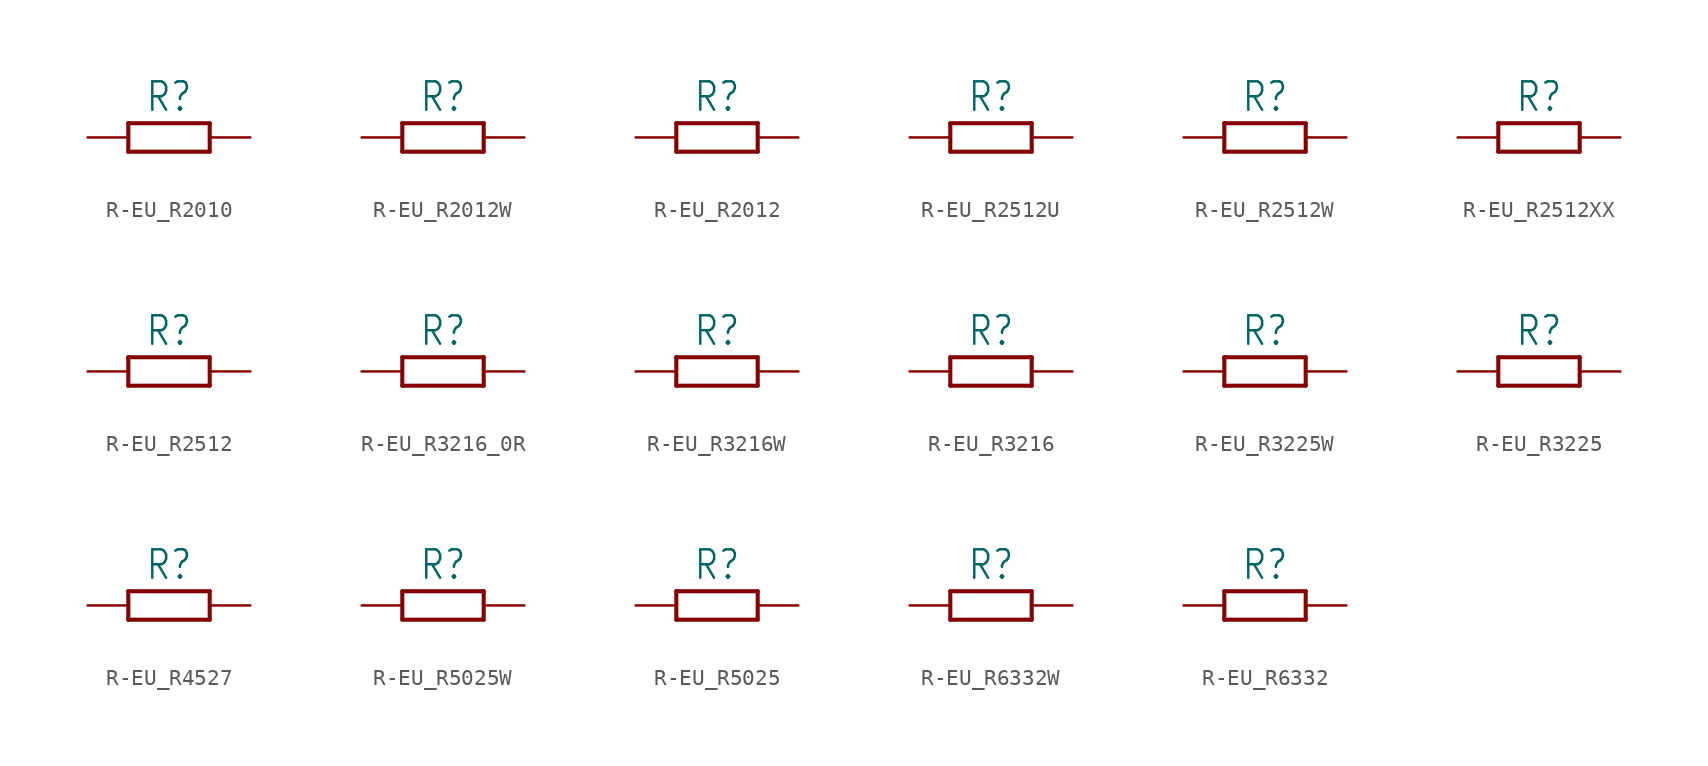
<source format=kicad_sym>
(kicad_symbol_lib
  (version 20231120)
  (generator "kicad_symbol_editor")
  (generator_version "8.0")
  (symbol "R-EU_R2010"
    (property "Reference" "R"
      (at 0 2.54 0)
      (effects (font (size 1.778 1.511))))
    (property "Value" ""
      (at 0 -2.54 0)
      (effects (font (size 1.778 1.511))))
    (property "ki_locked" ""
      (at 0 0 0)
      (effects (font (size 1.27 1.27))))
    (symbol "R-EU_R2010_1_0"
      (polyline (pts (xy -2.54 -0.889) (xy -2.54 0.889)) (stroke (width 0.254) (type solid)) (fill (type none)))
      (polyline (pts (xy -2.54 -0.889) (xy 2.54 -0.889)) (stroke (width 0.254) (type solid)) (fill (type none)))
      (polyline (pts (xy 2.54 -0.889) (xy 2.54 0.889)) (stroke (width 0.254) (type solid)) (fill (type none)))
      (polyline (pts (xy 2.54 0.889) (xy -2.54 0.889)) (stroke (width 0.254) (type solid)) (fill (type none)))
      (pin passive line (at -5.08 0 0) (length 2.54) (name "1" (effects (font (size 0 0)))) (number "1" (effects (font (size 0 0)))))
      (pin passive line (at 5.08 0 180) (length 2.54) (name "2" (effects (font (size 0 0)))) (number "2" (effects (font (size 0 0)))))))
  (symbol "R-EU_R2012W"
    (property "Reference" "R"
      (at 0 2.54 0)
      (effects (font (size 1.778 1.511))))
    (property "Value" ""
      (at 0 -2.54 0)
      (effects (font (size 1.778 1.511))))
    (property "ki_locked" ""
      (at 0 0 0)
      (effects (font (size 1.27 1.27))))
    (symbol "R-EU_R2012W_1_0"
      (polyline (pts (xy -2.54 -0.889) (xy -2.54 0.889)) (stroke (width 0.254) (type solid)) (fill (type none)))
      (polyline (pts (xy -2.54 -0.889) (xy 2.54 -0.889)) (stroke (width 0.254) (type solid)) (fill (type none)))
      (polyline (pts (xy 2.54 -0.889) (xy 2.54 0.889)) (stroke (width 0.254) (type solid)) (fill (type none)))
      (polyline (pts (xy 2.54 0.889) (xy -2.54 0.889)) (stroke (width 0.254) (type solid)) (fill (type none)))
      (pin passive line (at -5.08 0 0) (length 2.54) (name "1" (effects (font (size 0 0)))) (number "1" (effects (font (size 0 0)))))
      (pin passive line (at 5.08 0 180) (length 2.54) (name "2" (effects (font (size 0 0)))) (number "2" (effects (font (size 0 0)))))))
  (symbol "R-EU_R2012"
    (property "Reference" "R"
      (at 0 2.54 0)
      (effects (font (size 1.778 1.511))))
    (property "Value" ""
      (at 0 -2.54 0)
      (effects (font (size 1.778 1.511))))
    (property "ki_locked" ""
      (at 0 0 0)
      (effects (font (size 1.27 1.27))))
    (symbol "R-EU_R2012_1_0"
      (polyline (pts (xy -2.54 -0.889) (xy -2.54 0.889)) (stroke (width 0.254) (type solid)) (fill (type none)))
      (polyline (pts (xy -2.54 -0.889) (xy 2.54 -0.889)) (stroke (width 0.254) (type solid)) (fill (type none)))
      (polyline (pts (xy 2.54 -0.889) (xy 2.54 0.889)) (stroke (width 0.254) (type solid)) (fill (type none)))
      (polyline (pts (xy 2.54 0.889) (xy -2.54 0.889)) (stroke (width 0.254) (type solid)) (fill (type none)))
      (pin passive line (at -5.08 0 0) (length 2.54) (name "1" (effects (font (size 0 0)))) (number "1" (effects (font (size 0 0)))))
      (pin passive line (at 5.08 0 180) (length 2.54) (name "2" (effects (font (size 0 0)))) (number "2" (effects (font (size 0 0)))))))
  (symbol "R-EU_R2512U"
    (property "Reference" "R"
      (at 0 2.54 0)
      (effects (font (size 1.778 1.511))))
    (property "Value" ""
      (at 0 -2.54 0)
      (effects (font (size 1.778 1.511))))
    (property "ki_locked" ""
      (at 0 0 0)
      (effects (font (size 1.27 1.27))))
    (symbol "R-EU_R2512U_1_0"
      (polyline (pts (xy -2.54 -0.889) (xy -2.54 0.889)) (stroke (width 0.254) (type solid)) (fill (type none)))
      (polyline (pts (xy -2.54 -0.889) (xy 2.54 -0.889)) (stroke (width 0.254) (type solid)) (fill (type none)))
      (polyline (pts (xy 2.54 -0.889) (xy 2.54 0.889)) (stroke (width 0.254) (type solid)) (fill (type none)))
      (polyline (pts (xy 2.54 0.889) (xy -2.54 0.889)) (stroke (width 0.254) (type solid)) (fill (type none)))
      (pin passive line (at -5.08 0 0) (length 2.54) (name "1" (effects (font (size 0 0)))) (number "1" (effects (font (size 0 0)))))
      (pin passive line (at 5.08 0 180) (length 2.54) (name "2" (effects (font (size 0 0)))) (number "2" (effects (font (size 0 0)))))))
  (symbol "R-EU_R2512W"
    (property "Reference" "R"
      (at 0 2.54 0)
      (effects (font (size 1.778 1.511))))
    (property "Value" ""
      (at 0 -2.54 0)
      (effects (font (size 1.778 1.511))))
    (property "ki_locked" ""
      (at 0 0 0)
      (effects (font (size 1.27 1.27))))
    (symbol "R-EU_R2512W_1_0"
      (polyline (pts (xy -2.54 -0.889) (xy -2.54 0.889)) (stroke (width 0.254) (type solid)) (fill (type none)))
      (polyline (pts (xy -2.54 -0.889) (xy 2.54 -0.889)) (stroke (width 0.254) (type solid)) (fill (type none)))
      (polyline (pts (xy 2.54 -0.889) (xy 2.54 0.889)) (stroke (width 0.254) (type solid)) (fill (type none)))
      (polyline (pts (xy 2.54 0.889) (xy -2.54 0.889)) (stroke (width 0.254) (type solid)) (fill (type none)))
      (pin passive line (at -5.08 0 0) (length 2.54) (name "1" (effects (font (size 0 0)))) (number "1" (effects (font (size 0 0)))))
      (pin passive line (at 5.08 0 180) (length 2.54) (name "2" (effects (font (size 0 0)))) (number "2" (effects (font (size 0 0)))))))
  (symbol "R-EU_R2512XX"
    (property "Reference" "R"
      (at 0 2.54 0)
      (effects (font (size 1.778 1.511))))
    (property "Value" ""
      (at 0 -2.54 0)
      (effects (font (size 1.778 1.511))))
    (property "ki_locked" ""
      (at 0 0 0)
      (effects (font (size 1.27 1.27))))
    (symbol "R-EU_R2512XX_1_0"
      (polyline (pts (xy -2.54 -0.889) (xy -2.54 0.889)) (stroke (width 0.254) (type solid)) (fill (type none)))
      (polyline (pts (xy -2.54 -0.889) (xy 2.54 -0.889)) (stroke (width 0.254) (type solid)) (fill (type none)))
      (polyline (pts (xy 2.54 -0.889) (xy 2.54 0.889)) (stroke (width 0.254) (type solid)) (fill (type none)))
      (polyline (pts (xy 2.54 0.889) (xy -2.54 0.889)) (stroke (width 0.254) (type solid)) (fill (type none)))
      (pin passive line (at -5.08 0 0) (length 2.54) (name "1" (effects (font (size 0 0)))) (number "1" (effects (font (size 0 0)))))
      (pin passive line (at 5.08 0 180) (length 2.54) (name "2" (effects (font (size 0 0)))) (number "2" (effects (font (size 0 0)))))))
  (symbol "R-EU_R2512"
    (property "Reference" "R"
      (at 0 2.54 0)
      (effects (font (size 1.778 1.511))))
    (property "Value" ""
      (at 0 -2.54 0)
      (effects (font (size 1.778 1.511))))
    (property "ki_locked" ""
      (at 0 0 0)
      (effects (font (size 1.27 1.27))))
    (symbol "R-EU_R2512_1_0"
      (polyline (pts (xy -2.54 -0.889) (xy -2.54 0.889)) (stroke (width 0.254) (type solid)) (fill (type none)))
      (polyline (pts (xy -2.54 -0.889) (xy 2.54 -0.889)) (stroke (width 0.254) (type solid)) (fill (type none)))
      (polyline (pts (xy 2.54 -0.889) (xy 2.54 0.889)) (stroke (width 0.254) (type solid)) (fill (type none)))
      (polyline (pts (xy 2.54 0.889) (xy -2.54 0.889)) (stroke (width 0.254) (type solid)) (fill (type none)))
      (pin passive line (at -5.08 0 0) (length 2.54) (name "1" (effects (font (size 0 0)))) (number "1" (effects (font (size 0 0)))))
      (pin passive line (at 5.08 0 180) (length 2.54) (name "2" (effects (font (size 0 0)))) (number "2" (effects (font (size 0 0)))))))
  (symbol "R-EU_R3216_0R"
    (property "Reference" "R"
      (at 0 2.54 0)
      (effects (font (size 1.778 1.511))))
    (property "Value" ""
      (at 0 -2.54 0)
      (effects (font (size 1.778 1.511))))
    (property "ki_locked" ""
      (at 0 0 0)
      (effects (font (size 1.27 1.27))))
    (symbol "R-EU_R3216_0R_1_0"
      (polyline (pts (xy -2.54 -0.889) (xy -2.54 0.889)) (stroke (width 0.254) (type solid)) (fill (type none)))
      (polyline (pts (xy -2.54 -0.889) (xy 2.54 -0.889)) (stroke (width 0.254) (type solid)) (fill (type none)))
      (polyline (pts (xy 2.54 -0.889) (xy 2.54 0.889)) (stroke (width 0.254) (type solid)) (fill (type none)))
      (polyline (pts (xy 2.54 0.889) (xy -2.54 0.889)) (stroke (width 0.254) (type solid)) (fill (type none)))
      (pin passive line (at -5.08 0 0) (length 2.54) (name "1" (effects (font (size 0 0)))) (number "1" (effects (font (size 0 0)))))
      (pin passive line (at 5.08 0 180) (length 2.54) (name "2" (effects (font (size 0 0)))) (number "2" (effects (font (size 0 0)))))))
  (symbol "R-EU_R3216W"
    (property "Reference" "R"
      (at 0 2.54 0)
      (effects (font (size 1.778 1.511))))
    (property "Value" ""
      (at 0 -2.54 0)
      (effects (font (size 1.778 1.511))))
    (property "ki_locked" ""
      (at 0 0 0)
      (effects (font (size 1.27 1.27))))
    (symbol "R-EU_R3216W_1_0"
      (polyline (pts (xy -2.54 -0.889) (xy -2.54 0.889)) (stroke (width 0.254) (type solid)) (fill (type none)))
      (polyline (pts (xy -2.54 -0.889) (xy 2.54 -0.889)) (stroke (width 0.254) (type solid)) (fill (type none)))
      (polyline (pts (xy 2.54 -0.889) (xy 2.54 0.889)) (stroke (width 0.254) (type solid)) (fill (type none)))
      (polyline (pts (xy 2.54 0.889) (xy -2.54 0.889)) (stroke (width 0.254) (type solid)) (fill (type none)))
      (pin passive line (at -5.08 0 0) (length 2.54) (name "1" (effects (font (size 0 0)))) (number "1" (effects (font (size 0 0)))))
      (pin passive line (at 5.08 0 180) (length 2.54) (name "2" (effects (font (size 0 0)))) (number "2" (effects (font (size 0 0)))))))
  (symbol "R-EU_R3216"
    (property "Reference" "R"
      (at 0 2.54 0)
      (effects (font (size 1.778 1.511))))
    (property "Value" ""
      (at 0 -2.54 0)
      (effects (font (size 1.778 1.511))))
    (property "ki_locked" ""
      (at 0 0 0)
      (effects (font (size 1.27 1.27))))
    (symbol "R-EU_R3216_1_0"
      (polyline (pts (xy -2.54 -0.889) (xy -2.54 0.889)) (stroke (width 0.254) (type solid)) (fill (type none)))
      (polyline (pts (xy -2.54 -0.889) (xy 2.54 -0.889)) (stroke (width 0.254) (type solid)) (fill (type none)))
      (polyline (pts (xy 2.54 -0.889) (xy 2.54 0.889)) (stroke (width 0.254) (type solid)) (fill (type none)))
      (polyline (pts (xy 2.54 0.889) (xy -2.54 0.889)) (stroke (width 0.254) (type solid)) (fill (type none)))
      (pin passive line (at -5.08 0 0) (length 2.54) (name "1" (effects (font (size 0 0)))) (number "1" (effects (font (size 0 0)))))
      (pin passive line (at 5.08 0 180) (length 2.54) (name "2" (effects (font (size 0 0)))) (number "2" (effects (font (size 0 0)))))))
  (symbol "R-EU_R3225W"
    (property "Reference" "R"
      (at 0 2.54 0)
      (effects (font (size 1.778 1.511))))
    (property "Value" ""
      (at 0 -2.54 0)
      (effects (font (size 1.778 1.511))))
    (property "ki_locked" ""
      (at 0 0 0)
      (effects (font (size 1.27 1.27))))
    (symbol "R-EU_R3225W_1_0"
      (polyline (pts (xy -2.54 -0.889) (xy -2.54 0.889)) (stroke (width 0.254) (type solid)) (fill (type none)))
      (polyline (pts (xy -2.54 -0.889) (xy 2.54 -0.889)) (stroke (width 0.254) (type solid)) (fill (type none)))
      (polyline (pts (xy 2.54 -0.889) (xy 2.54 0.889)) (stroke (width 0.254) (type solid)) (fill (type none)))
      (polyline (pts (xy 2.54 0.889) (xy -2.54 0.889)) (stroke (width 0.254) (type solid)) (fill (type none)))
      (pin passive line (at -5.08 0 0) (length 2.54) (name "1" (effects (font (size 0 0)))) (number "1" (effects (font (size 0 0)))))
      (pin passive line (at 5.08 0 180) (length 2.54) (name "2" (effects (font (size 0 0)))) (number "2" (effects (font (size 0 0)))))))
  (symbol "R-EU_R3225"
    (property "Reference" "R"
      (at 0 2.54 0)
      (effects (font (size 1.778 1.511))))
    (property "Value" ""
      (at 0 -2.54 0)
      (effects (font (size 1.778 1.511))))
    (property "ki_locked" ""
      (at 0 0 0)
      (effects (font (size 1.27 1.27))))
    (symbol "R-EU_R3225_1_0"
      (polyline (pts (xy -2.54 -0.889) (xy -2.54 0.889)) (stroke (width 0.254) (type solid)) (fill (type none)))
      (polyline (pts (xy -2.54 -0.889) (xy 2.54 -0.889)) (stroke (width 0.254) (type solid)) (fill (type none)))
      (polyline (pts (xy 2.54 -0.889) (xy 2.54 0.889)) (stroke (width 0.254) (type solid)) (fill (type none)))
      (polyline (pts (xy 2.54 0.889) (xy -2.54 0.889)) (stroke (width 0.254) (type solid)) (fill (type none)))
      (pin passive line (at -5.08 0 0) (length 2.54) (name "1" (effects (font (size 0 0)))) (number "1" (effects (font (size 0 0)))))
      (pin passive line (at 5.08 0 180) (length 2.54) (name "2" (effects (font (size 0 0)))) (number "2" (effects (font (size 0 0)))))))
  (symbol "R-EU_R4527"
    (property "Reference" "R"
      (at 0 2.54 0)
      (effects (font (size 1.778 1.511))))
    (property "Value" ""
      (at 0 -2.54 0)
      (effects (font (size 1.778 1.511))))
    (property "ki_locked" ""
      (at 0 0 0)
      (effects (font (size 1.27 1.27))))
    (symbol "R-EU_R4527_1_0"
      (polyline (pts (xy -2.54 -0.889) (xy -2.54 0.889)) (stroke (width 0.254) (type solid)) (fill (type none)))
      (polyline (pts (xy -2.54 -0.889) (xy 2.54 -0.889)) (stroke (width 0.254) (type solid)) (fill (type none)))
      (polyline (pts (xy 2.54 -0.889) (xy 2.54 0.889)) (stroke (width 0.254) (type solid)) (fill (type none)))
      (polyline (pts (xy 2.54 0.889) (xy -2.54 0.889)) (stroke (width 0.254) (type solid)) (fill (type none)))
      (pin passive line (at -5.08 0 0) (length 2.54) (name "1" (effects (font (size 0 0)))) (number "1" (effects (font (size 0 0)))))
      (pin passive line (at 5.08 0 180) (length 2.54) (name "2" (effects (font (size 0 0)))) (number "2" (effects (font (size 0 0)))))))
  (symbol "R-EU_R5025W"
    (property "Reference" "R"
      (at 0 2.54 0)
      (effects (font (size 1.778 1.511))))
    (property "Value" ""
      (at 0 -2.54 0)
      (effects (font (size 1.778 1.511))))
    (property "ki_locked" ""
      (at 0 0 0)
      (effects (font (size 1.27 1.27))))
    (symbol "R-EU_R5025W_1_0"
      (polyline (pts (xy -2.54 -0.889) (xy -2.54 0.889)) (stroke (width 0.254) (type solid)) (fill (type none)))
      (polyline (pts (xy -2.54 -0.889) (xy 2.54 -0.889)) (stroke (width 0.254) (type solid)) (fill (type none)))
      (polyline (pts (xy 2.54 -0.889) (xy 2.54 0.889)) (stroke (width 0.254) (type solid)) (fill (type none)))
      (polyline (pts (xy 2.54 0.889) (xy -2.54 0.889)) (stroke (width 0.254) (type solid)) (fill (type none)))
      (pin passive line (at -5.08 0 0) (length 2.54) (name "1" (effects (font (size 0 0)))) (number "1" (effects (font (size 0 0)))))
      (pin passive line (at 5.08 0 180) (length 2.54) (name "2" (effects (font (size 0 0)))) (number "2" (effects (font (size 0 0)))))))
  (symbol "R-EU_R5025"
    (property "Reference" "R"
      (at 0 2.54 0)
      (effects (font (size 1.778 1.511))))
    (property "Value" ""
      (at 0 -2.54 0)
      (effects (font (size 1.778 1.511))))
    (property "ki_locked" ""
      (at 0 0 0)
      (effects (font (size 1.27 1.27))))
    (symbol "R-EU_R5025_1_0"
      (polyline (pts (xy -2.54 -0.889) (xy -2.54 0.889)) (stroke (width 0.254) (type solid)) (fill (type none)))
      (polyline (pts (xy -2.54 -0.889) (xy 2.54 -0.889)) (stroke (width 0.254) (type solid)) (fill (type none)))
      (polyline (pts (xy 2.54 -0.889) (xy 2.54 0.889)) (stroke (width 0.254) (type solid)) (fill (type none)))
      (polyline (pts (xy 2.54 0.889) (xy -2.54 0.889)) (stroke (width 0.254) (type solid)) (fill (type none)))
      (pin passive line (at -5.08 0 0) (length 2.54) (name "1" (effects (font (size 0 0)))) (number "1" (effects (font (size 0 0)))))
      (pin passive line (at 5.08 0 180) (length 2.54) (name "2" (effects (font (size 0 0)))) (number "2" (effects (font (size 0 0)))))))
  (symbol "R-EU_R6332W"
    (property "Reference" "R"
      (at 0 2.54 0)
      (effects (font (size 1.778 1.511))))
    (property "Value" ""
      (at 0 -2.54 0)
      (effects (font (size 1.778 1.511))))
    (property "ki_locked" ""
      (at 0 0 0)
      (effects (font (size 1.27 1.27))))
    (symbol "R-EU_R6332W_1_0"
      (polyline (pts (xy -2.54 -0.889) (xy -2.54 0.889)) (stroke (width 0.254) (type solid)) (fill (type none)))
      (polyline (pts (xy -2.54 -0.889) (xy 2.54 -0.889)) (stroke (width 0.254) (type solid)) (fill (type none)))
      (polyline (pts (xy 2.54 -0.889) (xy 2.54 0.889)) (stroke (width 0.254) (type solid)) (fill (type none)))
      (polyline (pts (xy 2.54 0.889) (xy -2.54 0.889)) (stroke (width 0.254) (type solid)) (fill (type none)))
      (pin passive line (at -5.08 0 0) (length 2.54) (name "1" (effects (font (size 0 0)))) (number "1" (effects (font (size 0 0)))))
      (pin passive line (at 5.08 0 180) (length 2.54) (name "2" (effects (font (size 0 0)))) (number "2" (effects (font (size 0 0)))))))
  (symbol "R-EU_R6332"
    (property "Reference" "R"
      (at 0 2.54 0)
      (effects (font (size 1.778 1.511))))
    (property "Value" ""
      (at 0 -2.54 0)
      (effects (font (size 1.778 1.511))))
    (property "ki_locked" ""
      (at 0 0 0)
      (effects (font (size 1.27 1.27))))
    (symbol "R-EU_R6332_1_0"
      (polyline (pts (xy -2.54 -0.889) (xy -2.54 0.889)) (stroke (width 0.254) (type solid)) (fill (type none)))
      (polyline (pts (xy -2.54 -0.889) (xy 2.54 -0.889)) (stroke (width 0.254) (type solid)) (fill (type none)))
      (polyline (pts (xy 2.54 -0.889) (xy 2.54 0.889)) (stroke (width 0.254) (type solid)) (fill (type none)))
      (polyline (pts (xy 2.54 0.889) (xy -2.54 0.889)) (stroke (width 0.254) (type solid)) (fill (type none)))
      (pin passive line (at -5.08 0 0) (length 2.54) (name "1" (effects (font (size 0 0)))) (number "1" (effects (font (size 0 0)))))
      (pin passive line (at 5.08 0 180) (length 2.54) (name "2" (effects (font (size 0 0)))) (number "2" (effects (font (size 0 0))))))))
</source>
